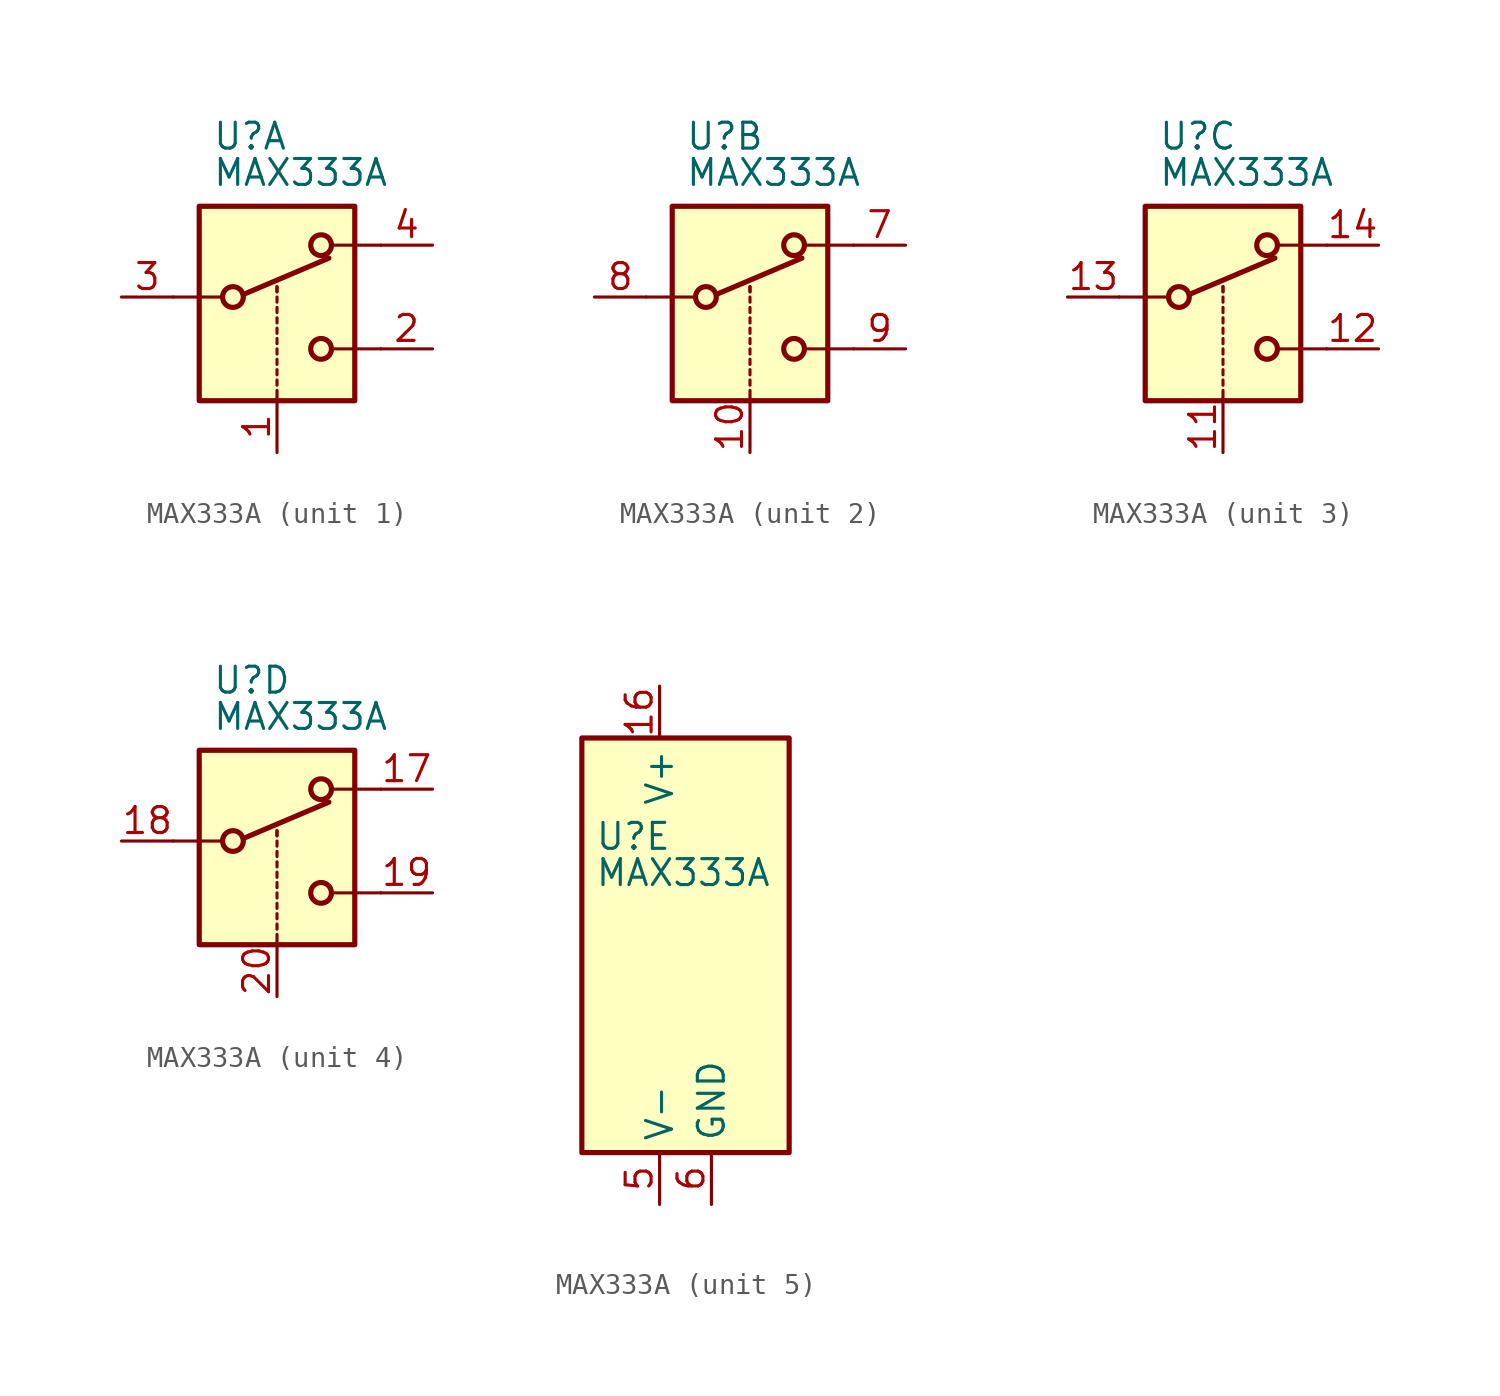
<source format=kicad_sym>
(kicad_symbol_lib
  (version 20211014)
  (generator kicad_symbol_editor)
  (symbol "MAX333A"
    (property "Reference" "U"
      (at -3.175 5.334 0)
      (effects (font (size 1.27 1.27)) (justify left)))
    (property "Value" "MAX333A"
      (at -3.175 3.556 0)
      (effects (font (size 1.27 1.27)) (justify left)))
    (symbol "MAX333A_1_1"
      (rectangle (start -3.81 1.905) (end 3.81 -7.62) (stroke (width 0.254) (type default) (color 0 0 0 0)) (fill (type background)))
      (circle (center -2.159 -2.54) (radius 0.508) (stroke (width 0.254) (type default) (color 0 0 0 0)) (fill (type none)))
      (polyline (pts (xy -5.08 -2.54) (xy -2.794 -2.54)) (stroke (width 0) (type default) (color 0 0 0 0)) (fill (type none)))
      (polyline (pts (xy -1.651 -2.413) (xy 2.54 -0.635)) (stroke (width 0.254) (type default) (color 0 0 0 0)) (fill (type none)))
      (polyline (pts (xy 0 -7.62) (xy 0 -7.112)) (stroke (width 0) (type default) (color 0 0 0 0)) (fill (type none)))
      (polyline (pts (xy 0 -6.858) (xy 0 -6.604)) (stroke (width 0) (type default) (color 0 0 0 0)) (fill (type none)))
      (polyline (pts (xy 0 -6.35) (xy 0 -6.096)) (stroke (width 0) (type default) (color 0 0 0 0)) (fill (type none)))
      (polyline (pts (xy 0 -5.842) (xy 0 -5.588)) (stroke (width 0) (type default) (color 0 0 0 0)) (fill (type none)))
      (polyline (pts (xy 0 -5.334) (xy 0 -5.08)) (stroke (width 0) (type default) (color 0 0 0 0)) (fill (type none)))
      (polyline (pts (xy 0 -4.826) (xy 0 -4.572)) (stroke (width 0) (type default) (color 0 0 0 0)) (fill (type none)))
      (polyline (pts (xy 0 -4.318) (xy 0 -4.064)) (stroke (width 0) (type default) (color 0 0 0 0)) (fill (type none)))
      (polyline (pts (xy 0 -3.81) (xy 0 -3.556)) (stroke (width 0) (type default) (color 0 0 0 0)) (fill (type none)))
      (polyline (pts (xy 0 -3.302) (xy 0 -3.048)) (stroke (width 0) (type default) (color 0 0 0 0)) (fill (type none)))
      (polyline (pts (xy 0 -2.794) (xy 0 -2.54)) (stroke (width 0) (type default) (color 0 0 0 0)) (fill (type none)))
      (polyline (pts (xy 0 -2.286) (xy 0 -2.032)) (stroke (width 0) (type default) (color 0 0 0 0)) (fill (type none)))
      (polyline (pts (xy 0 -2.286) (xy 0 -2.032)) (stroke (width 0) (type default) (color 0 0 0 0)) (fill (type none)))
      (polyline (pts (xy 5.08 -5.08) (xy 2.794 -5.08)) (stroke (width 0) (type default) (color 0 0 0 0)) (fill (type none)))
      (polyline (pts (xy 5.08 0) (xy 2.794 0)) (stroke (width 0) (type default) (color 0 0 0 0)) (fill (type none)))
      (circle (center 2.159 -5.08) (radius 0.508) (stroke (width 0.254) (type default) (color 0 0 0 0)) (fill (type none)))
      (circle (center 2.159 0) (radius 0.508) (stroke (width 0.254) (type default) (color 0 0 0 0)) (fill (type none)))
      (pin input line (at 0 -10.16 90) (length 2.54) (name "~" (effects (font (size 1.27 1.27)))) (number "1" (effects (font (size 1.27 1.27)))))
      (pin passive line (at 7.62 -5.08 180) (length 2.54) (name "~" (effects (font (size 1.27 1.27)))) (number "2" (effects (font (size 1.27 1.27)))))
      (pin passive line (at -7.62 -2.54 0) (length 2.54) (name "~" (effects (font (size 1.27 1.27)))) (number "3" (effects (font (size 1.27 1.27)))))
      (pin passive line (at 7.62 0 180) (length 2.54) (name "~" (effects (font (size 1.27 1.27)))) (number "4" (effects (font (size 1.27 1.27))))))
    (symbol "MAX333A_2_1"
      (rectangle (start -3.81 1.905) (end 3.81 -7.62) (stroke (width 0.254) (type default) (color 0 0 0 0)) (fill (type background)))
      (circle (center -2.159 -2.54) (radius 0.508) (stroke (width 0.254) (type default) (color 0 0 0 0)) (fill (type none)))
      (polyline (pts (xy -5.08 -2.54) (xy -2.794 -2.54)) (stroke (width 0) (type default) (color 0 0 0 0)) (fill (type none)))
      (polyline (pts (xy -1.651 -2.413) (xy 2.54 -0.635)) (stroke (width 0.254) (type default) (color 0 0 0 0)) (fill (type none)))
      (polyline (pts (xy 0 -7.62) (xy 0 -7.112)) (stroke (width 0) (type default) (color 0 0 0 0)) (fill (type none)))
      (polyline (pts (xy 0 -6.858) (xy 0 -6.604)) (stroke (width 0) (type default) (color 0 0 0 0)) (fill (type none)))
      (polyline (pts (xy 0 -6.35) (xy 0 -6.096)) (stroke (width 0) (type default) (color 0 0 0 0)) (fill (type none)))
      (polyline (pts (xy 0 -5.842) (xy 0 -5.588)) (stroke (width 0) (type default) (color 0 0 0 0)) (fill (type none)))
      (polyline (pts (xy 0 -5.334) (xy 0 -5.08)) (stroke (width 0) (type default) (color 0 0 0 0)) (fill (type none)))
      (polyline (pts (xy 0 -4.826) (xy 0 -4.572)) (stroke (width 0) (type default) (color 0 0 0 0)) (fill (type none)))
      (polyline (pts (xy 0 -4.318) (xy 0 -4.064)) (stroke (width 0) (type default) (color 0 0 0 0)) (fill (type none)))
      (polyline (pts (xy 0 -3.81) (xy 0 -3.556)) (stroke (width 0) (type default) (color 0 0 0 0)) (fill (type none)))
      (polyline (pts (xy 0 -3.302) (xy 0 -3.048)) (stroke (width 0) (type default) (color 0 0 0 0)) (fill (type none)))
      (polyline (pts (xy 0 -2.794) (xy 0 -2.54)) (stroke (width 0) (type default) (color 0 0 0 0)) (fill (type none)))
      (polyline (pts (xy 0 -2.286) (xy 0 -2.032)) (stroke (width 0) (type default) (color 0 0 0 0)) (fill (type none)))
      (polyline (pts (xy 0 -2.286) (xy 0 -2.032)) (stroke (width 0) (type default) (color 0 0 0 0)) (fill (type none)))
      (polyline (pts (xy 5.08 -5.08) (xy 2.794 -5.08)) (stroke (width 0) (type default) (color 0 0 0 0)) (fill (type none)))
      (polyline (pts (xy 5.08 0) (xy 2.794 0)) (stroke (width 0) (type default) (color 0 0 0 0)) (fill (type none)))
      (circle (center 2.159 -5.08) (radius 0.508) (stroke (width 0.254) (type default) (color 0 0 0 0)) (fill (type none)))
      (circle (center 2.159 0) (radius 0.508) (stroke (width 0.254) (type default) (color 0 0 0 0)) (fill (type none)))
      (pin input line (at 0 -10.16 90) (length 2.54) (name "~" (effects (font (size 1.27 1.27)))) (number "10" (effects (font (size 1.27 1.27)))))
      (pin passive line (at 7.62 0 180) (length 2.54) (name "~" (effects (font (size 1.27 1.27)))) (number "7" (effects (font (size 1.27 1.27)))))
      (pin passive line (at -7.62 -2.54 0) (length 2.54) (name "~" (effects (font (size 1.27 1.27)))) (number "8" (effects (font (size 1.27 1.27)))))
      (pin passive line (at 7.62 -5.08 180) (length 2.54) (name "~" (effects (font (size 1.27 1.27)))) (number "9" (effects (font (size 1.27 1.27))))))
    (symbol "MAX333A_3_1"
      (rectangle (start -3.81 1.905) (end 3.81 -7.62) (stroke (width 0.254) (type default) (color 0 0 0 0)) (fill (type background)))
      (circle (center -2.159 -2.54) (radius 0.508) (stroke (width 0.254) (type default) (color 0 0 0 0)) (fill (type none)))
      (polyline (pts (xy -5.08 -2.54) (xy -2.794 -2.54)) (stroke (width 0) (type default) (color 0 0 0 0)) (fill (type none)))
      (polyline (pts (xy -1.651 -2.413) (xy 2.54 -0.635)) (stroke (width 0.254) (type default) (color 0 0 0 0)) (fill (type none)))
      (polyline (pts (xy 0 -7.62) (xy 0 -7.112)) (stroke (width 0) (type default) (color 0 0 0 0)) (fill (type none)))
      (polyline (pts (xy 0 -6.858) (xy 0 -6.604)) (stroke (width 0) (type default) (color 0 0 0 0)) (fill (type none)))
      (polyline (pts (xy 0 -6.35) (xy 0 -6.096)) (stroke (width 0) (type default) (color 0 0 0 0)) (fill (type none)))
      (polyline (pts (xy 0 -5.842) (xy 0 -5.588)) (stroke (width 0) (type default) (color 0 0 0 0)) (fill (type none)))
      (polyline (pts (xy 0 -5.334) (xy 0 -5.08)) (stroke (width 0) (type default) (color 0 0 0 0)) (fill (type none)))
      (polyline (pts (xy 0 -4.826) (xy 0 -4.572)) (stroke (width 0) (type default) (color 0 0 0 0)) (fill (type none)))
      (polyline (pts (xy 0 -4.318) (xy 0 -4.064)) (stroke (width 0) (type default) (color 0 0 0 0)) (fill (type none)))
      (polyline (pts (xy 0 -3.81) (xy 0 -3.556)) (stroke (width 0) (type default) (color 0 0 0 0)) (fill (type none)))
      (polyline (pts (xy 0 -3.302) (xy 0 -3.048)) (stroke (width 0) (type default) (color 0 0 0 0)) (fill (type none)))
      (polyline (pts (xy 0 -2.794) (xy 0 -2.54)) (stroke (width 0) (type default) (color 0 0 0 0)) (fill (type none)))
      (polyline (pts (xy 0 -2.286) (xy 0 -2.032)) (stroke (width 0) (type default) (color 0 0 0 0)) (fill (type none)))
      (polyline (pts (xy 0 -2.286) (xy 0 -2.032)) (stroke (width 0) (type default) (color 0 0 0 0)) (fill (type none)))
      (polyline (pts (xy 5.08 -5.08) (xy 2.794 -5.08)) (stroke (width 0) (type default) (color 0 0 0 0)) (fill (type none)))
      (polyline (pts (xy 5.08 0) (xy 2.794 0)) (stroke (width 0) (type default) (color 0 0 0 0)) (fill (type none)))
      (circle (center 2.159 -5.08) (radius 0.508) (stroke (width 0.254) (type default) (color 0 0 0 0)) (fill (type none)))
      (circle (center 2.159 0) (radius 0.508) (stroke (width 0.254) (type default) (color 0 0 0 0)) (fill (type none)))
      (pin input line (at 0 -10.16 90) (length 2.54) (name "~" (effects (font (size 1.27 1.27)))) (number "11" (effects (font (size 1.27 1.27)))))
      (pin passive line (at 7.62 -5.08 180) (length 2.54) (name "~" (effects (font (size 1.27 1.27)))) (number "12" (effects (font (size 1.27 1.27)))))
      (pin passive line (at -7.62 -2.54 0) (length 2.54) (name "~" (effects (font (size 1.27 1.27)))) (number "13" (effects (font (size 1.27 1.27)))))
      (pin passive line (at 7.62 0 180) (length 2.54) (name "~" (effects (font (size 1.27 1.27)))) (number "14" (effects (font (size 1.27 1.27))))))
    (symbol "MAX333A_4_1"
      (rectangle (start -3.81 1.905) (end 3.81 -7.62) (stroke (width 0.254) (type default) (color 0 0 0 0)) (fill (type background)))
      (circle (center -2.159 -2.54) (radius 0.508) (stroke (width 0.254) (type default) (color 0 0 0 0)) (fill (type none)))
      (polyline (pts (xy -5.08 -2.54) (xy -2.794 -2.54)) (stroke (width 0) (type default) (color 0 0 0 0)) (fill (type none)))
      (polyline (pts (xy -1.651 -2.413) (xy 2.54 -0.635)) (stroke (width 0.254) (type default) (color 0 0 0 0)) (fill (type none)))
      (polyline (pts (xy 0 -7.62) (xy 0 -7.112)) (stroke (width 0) (type default) (color 0 0 0 0)) (fill (type none)))
      (polyline (pts (xy 0 -6.858) (xy 0 -6.604)) (stroke (width 0) (type default) (color 0 0 0 0)) (fill (type none)))
      (polyline (pts (xy 0 -6.35) (xy 0 -6.096)) (stroke (width 0) (type default) (color 0 0 0 0)) (fill (type none)))
      (polyline (pts (xy 0 -5.842) (xy 0 -5.588)) (stroke (width 0) (type default) (color 0 0 0 0)) (fill (type none)))
      (polyline (pts (xy 0 -5.334) (xy 0 -5.08)) (stroke (width 0) (type default) (color 0 0 0 0)) (fill (type none)))
      (polyline (pts (xy 0 -4.826) (xy 0 -4.572)) (stroke (width 0) (type default) (color 0 0 0 0)) (fill (type none)))
      (polyline (pts (xy 0 -4.318) (xy 0 -4.064)) (stroke (width 0) (type default) (color 0 0 0 0)) (fill (type none)))
      (polyline (pts (xy 0 -3.81) (xy 0 -3.556)) (stroke (width 0) (type default) (color 0 0 0 0)) (fill (type none)))
      (polyline (pts (xy 0 -3.302) (xy 0 -3.048)) (stroke (width 0) (type default) (color 0 0 0 0)) (fill (type none)))
      (polyline (pts (xy 0 -2.794) (xy 0 -2.54)) (stroke (width 0) (type default) (color 0 0 0 0)) (fill (type none)))
      (polyline (pts (xy 0 -2.286) (xy 0 -2.032)) (stroke (width 0) (type default) (color 0 0 0 0)) (fill (type none)))
      (polyline (pts (xy 0 -2.286) (xy 0 -2.032)) (stroke (width 0) (type default) (color 0 0 0 0)) (fill (type none)))
      (polyline (pts (xy 5.08 -5.08) (xy 2.794 -5.08)) (stroke (width 0) (type default) (color 0 0 0 0)) (fill (type none)))
      (polyline (pts (xy 5.08 0) (xy 2.794 0)) (stroke (width 0) (type default) (color 0 0 0 0)) (fill (type none)))
      (circle (center 2.159 -5.08) (radius 0.508) (stroke (width 0.254) (type default) (color 0 0 0 0)) (fill (type none)))
      (circle (center 2.159 0) (radius 0.508) (stroke (width 0.254) (type default) (color 0 0 0 0)) (fill (type none)))
      (pin passive line (at 7.62 0 180) (length 2.54) (name "~" (effects (font (size 1.27 1.27)))) (number "17" (effects (font (size 1.27 1.27)))))
      (pin passive line (at -7.62 -2.54 0) (length 2.54) (name "~" (effects (font (size 1.27 1.27)))) (number "18" (effects (font (size 1.27 1.27)))))
      (pin passive line (at 7.62 -5.08 180) (length 2.54) (name "~" (effects (font (size 1.27 1.27)))) (number "19" (effects (font (size 1.27 1.27)))))
      (pin input line (at 0 -10.16 90) (length 2.54) (name "~" (effects (font (size 1.27 1.27)))) (number "20" (effects (font (size 1.27 1.27))))))
    (symbol "MAX333A_5_0"
      (pin no_connect line (at 2.54 10.16 270) (length 2.54) hide (name "NC" (effects (font (size 1.27 1.27)))) (number "15" (effects (font (size 1.27 1.27)))))
      (pin power_in line (at 0 12.7 270) (length 2.54) (name "V+" (effects (font (size 1.27 1.27)))) (number "16" (effects (font (size 1.27 1.27)))))
      (pin power_in line (at 0 -12.7 90) (length 2.54) (name "V-" (effects (font (size 1.27 1.27)))) (number "5" (effects (font (size 1.27 1.27)))))
      (pin power_in line (at 2.54 -12.7 90) (length 2.54) (name "GND" (effects (font (size 1.27 1.27)))) (number "6" (effects (font (size 1.27 1.27))))))
    (symbol "MAX333A_5_1"
      (rectangle (start -3.81 10.16) (end 6.35 -10.16) (stroke (width 0.254) (type default) (color 0 0 0 0)) (fill (type background))))))
</source>
